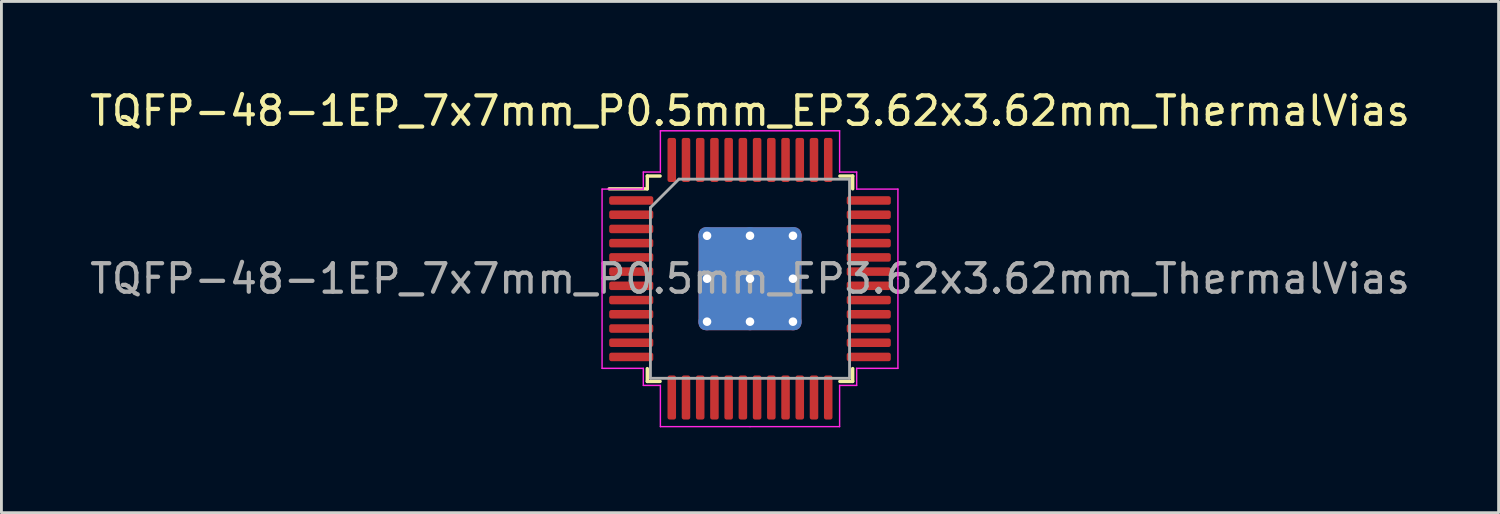
<source format=kicad_pcb>
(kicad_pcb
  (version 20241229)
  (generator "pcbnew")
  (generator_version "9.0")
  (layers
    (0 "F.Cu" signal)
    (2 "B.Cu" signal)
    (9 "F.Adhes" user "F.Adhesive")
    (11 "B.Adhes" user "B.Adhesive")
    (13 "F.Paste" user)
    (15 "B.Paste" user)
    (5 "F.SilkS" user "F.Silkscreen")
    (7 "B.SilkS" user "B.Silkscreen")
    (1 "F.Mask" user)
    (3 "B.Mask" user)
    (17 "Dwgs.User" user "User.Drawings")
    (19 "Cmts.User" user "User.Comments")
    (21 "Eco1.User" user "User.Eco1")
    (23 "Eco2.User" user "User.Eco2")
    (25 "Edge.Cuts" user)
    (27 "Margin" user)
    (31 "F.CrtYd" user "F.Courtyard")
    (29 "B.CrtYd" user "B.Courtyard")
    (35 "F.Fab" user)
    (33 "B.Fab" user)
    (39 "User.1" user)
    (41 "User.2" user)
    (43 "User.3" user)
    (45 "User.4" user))
  (footprint "TQFP-48-1EP_7x7mm_P0.5mm_EP3.62x3.62mm_ThermalVias"
    (layer "F.Cu")
    (at 23.315 6.748)
    (property "Reference" "TQFP-48-1EP_7x7mm_P0.5mm_EP3.62x3.62mm_ThermalVias" (at 0 -5.9 0) (layer "F.SilkS") (effects (font (size 1 1) (thickness 0.15))))
    (attr smd)
    (fp_line (start -3.61 -3.61) (end -3.61 -3.16) (stroke (width 0.12) (type solid)) (layer "F.SilkS"))
    (fp_line (start -3.61 -3.16) (end -4.95 -3.16) (stroke (width 0.12) (type solid)) (layer "F.SilkS"))
    (fp_line (start -3.61 3.61) (end -3.61 3.16) (stroke (width 0.12) (type solid)) (layer "F.SilkS"))
    (fp_line (start -3.16 -3.61) (end -3.61 -3.61) (stroke (width 0.12) (type solid)) (layer "F.SilkS"))
    (fp_line (start -3.16 3.61) (end -3.61 3.61) (stroke (width 0.12) (type solid)) (layer "F.SilkS"))
    (fp_line (start 3.16 -3.61) (end 3.61 -3.61) (stroke (width 0.12) (type solid)) (layer "F.SilkS"))
    (fp_line (start 3.16 3.61) (end 3.61 3.61) (stroke (width 0.12) (type solid)) (layer "F.SilkS"))
    (fp_line (start 3.61 -3.61) (end 3.61 -3.16) (stroke (width 0.12) (type solid)) (layer "F.SilkS"))
    (fp_line (start 3.61 3.61) (end 3.61 3.16) (stroke (width 0.12) (type solid)) (layer "F.SilkS"))
    (fp_line (start -5.2 -3.15) (end -5.2 0) (stroke (width 0.05) (type solid)) (layer "F.CrtYd"))
    (fp_line (start -5.2 3.15) (end -5.2 0) (stroke (width 0.05) (type solid)) (layer "F.CrtYd"))
    (fp_line (start -3.75 -3.75) (end -3.75 -3.15) (stroke (width 0.05) (type solid)) (layer "F.CrtYd"))
    (fp_line (start -3.75 -3.15) (end -5.2 -3.15) (stroke (width 0.05) (type solid)) (layer "F.CrtYd"))
    (fp_line (start -3.75 3.15) (end -5.2 3.15) (stroke (width 0.05) (type solid)) (layer "F.CrtYd"))
    (fp_line (start -3.75 3.75) (end -3.75 3.15) (stroke (width 0.05) (type solid)) (layer "F.CrtYd"))
    (fp_line (start -3.15 -5.2) (end -3.15 -3.75) (stroke (width 0.05) (type solid)) (layer "F.CrtYd"))
    (fp_line (start -3.15 -3.75) (end -3.75 -3.75) (stroke (width 0.05) (type solid)) (layer "F.CrtYd"))
    (fp_line (start -3.15 3.75) (end -3.75 3.75) (stroke (width 0.05) (type solid)) (layer "F.CrtYd"))
    (fp_line (start -3.15 5.2) (end -3.15 3.75) (stroke (width 0.05) (type solid)) (layer "F.CrtYd"))
    (fp_line (start 0 -5.2) (end -3.15 -5.2) (stroke (width 0.05) (type solid)) (layer "F.CrtYd"))
    (fp_line (start 0 -5.2) (end 3.15 -5.2) (stroke (width 0.05) (type solid)) (layer "F.CrtYd"))
    (fp_line (start 0 5.2) (end -3.15 5.2) (stroke (width 0.05) (type solid)) (layer "F.CrtYd"))
    (fp_line (start 0 5.2) (end 3.15 5.2) (stroke (width 0.05) (type solid)) (layer "F.CrtYd"))
    (fp_line (start 3.15 -5.2) (end 3.15 -3.75) (stroke (width 0.05) (type solid)) (layer "F.CrtYd"))
    (fp_line (start 3.15 -3.75) (end 3.75 -3.75) (stroke (width 0.05) (type solid)) (layer "F.CrtYd"))
    (fp_line (start 3.15 3.75) (end 3.75 3.75) (stroke (width 0.05) (type solid)) (layer "F.CrtYd"))
    (fp_line (start 3.15 5.2) (end 3.15 3.75) (stroke (width 0.05) (type solid)) (layer "F.CrtYd"))
    (fp_line (start 3.75 -3.75) (end 3.75 -3.15) (stroke (width 0.05) (type solid)) (layer "F.CrtYd"))
    (fp_line (start 3.75 -3.15) (end 5.2 -3.15) (stroke (width 0.05) (type solid)) (layer "F.CrtYd"))
    (fp_line (start 3.75 3.15) (end 5.2 3.15) (stroke (width 0.05) (type solid)) (layer "F.CrtYd"))
    (fp_line (start 3.75 3.75) (end 3.75 3.15) (stroke (width 0.05) (type solid)) (layer "F.CrtYd"))
    (fp_line (start 5.2 -3.15) (end 5.2 0) (stroke (width 0.05) (type solid)) (layer "F.CrtYd"))
    (fp_line (start 5.2 3.15) (end 5.2 0) (stroke (width 0.05) (type solid)) (layer "F.CrtYd"))
    (fp_line (start -3.5 -2.5) (end -2.5 -3.5) (stroke (width 0.1) (type solid)) (layer "F.Fab"))
    (fp_line (start -3.5 3.5) (end -3.5 -2.5) (stroke (width 0.1) (type solid)) (layer "F.Fab"))
    (fp_line (start -2.5 -3.5) (end 3.5 -3.5) (stroke (width 0.1) (type solid)) (layer "F.Fab"))
    (fp_line (start 3.5 -3.5) (end 3.5 3.5) (stroke (width 0.1) (type solid)) (layer "F.Fab"))
    (fp_line (start 3.5 3.5) (end -3.5 3.5) (stroke (width 0.1) (type solid)) (layer "F.Fab"))
    (fp_text user "${REFERENCE}" (at 0 0 0) (layer "F.Fab") (effects (font (size 1 1) (thickness 0.15))))
    (pad "" smd custom (at -0.755 -0.755) (size 1.245 1.245) (layers "F.Paste") (options (anchor circle)) (primitives (gr_poly (pts (xy -0.516 -0.338) (xy -0.338 -0.516) (xy 0.338 -0.516) (xy 0.516 -0.338) (xy 0.516 0.338) (xy 0.338 0.516) (xy -0.338 0.516) (xy -0.516 0.338)) (width 0.428) (fill yes))))
    (pad "" smd custom (at -0.755 0.755) (size 1.245 1.245) (layers "F.Paste") (options (anchor circle)) (primitives (gr_poly (pts (xy -0.516 -0.338) (xy -0.338 -0.516) (xy 0.338 -0.516) (xy 0.516 -0.338) (xy 0.516 0.338) (xy 0.338 0.516) (xy -0.338 0.516) (xy -0.516 0.338)) (width 0.428) (fill yes))))
    (pad "" smd custom (at 0.755 -0.755) (size 1.245 1.245) (layers "F.Paste") (options (anchor circle)) (primitives (gr_poly (pts (xy -0.516 -0.338) (xy -0.338 -0.516) (xy 0.338 -0.516) (xy 0.516 -0.338) (xy 0.516 0.338) (xy 0.338 0.516) (xy -0.338 0.516) (xy -0.516 0.338)) (width 0.428) (fill yes))))
    (pad "" smd custom (at 0.755 0.755) (size 1.245 1.245) (layers "F.Paste") (options (anchor circle)) (primitives (gr_poly (pts (xy -0.516 -0.338) (xy -0.338 -0.516) (xy 0.338 -0.516) (xy 0.516 -0.338) (xy 0.516 0.338) (xy 0.338 0.516) (xy -0.338 0.516) (xy -0.516 0.338)) (width 0.428) (fill yes))))
    (pad "1" smd roundrect (at -4.175 -2.75) (size 1.55 0.3) (layers "F.Cu" "F.Mask" "F.Paste") (roundrect_rratio 0.25))
    (pad "2" smd roundrect (at -4.175 -2.25) (size 1.55 0.3) (layers "F.Cu" "F.Mask" "F.Paste") (roundrect_rratio 0.25))
    (pad "3" smd roundrect (at -4.175 -1.75) (size 1.55 0.3) (layers "F.Cu" "F.Mask" "F.Paste") (roundrect_rratio 0.25))
    (pad "4" smd roundrect (at -4.175 -1.25) (size 1.55 0.3) (layers "F.Cu" "F.Mask" "F.Paste") (roundrect_rratio 0.25))
    (pad "5" smd roundrect (at -4.175 -0.75) (size 1.55 0.3) (layers "F.Cu" "F.Mask" "F.Paste") (roundrect_rratio 0.25))
    (pad "6" smd roundrect (at -4.175 -0.25) (size 1.55 0.3) (layers "F.Cu" "F.Mask" "F.Paste") (roundrect_rratio 0.25))
    (pad "7" smd roundrect (at -4.175 0.25) (size 1.55 0.3) (layers "F.Cu" "F.Mask" "F.Paste") (roundrect_rratio 0.25))
    (pad "8" smd roundrect (at -4.175 0.75) (size 1.55 0.3) (layers "F.Cu" "F.Mask" "F.Paste") (roundrect_rratio 0.25))
    (pad "9" smd roundrect (at -4.175 1.25) (size 1.55 0.3) (layers "F.Cu" "F.Mask" "F.Paste") (roundrect_rratio 0.25))
    (pad "10" smd roundrect (at -4.175 1.75) (size 1.55 0.3) (layers "F.Cu" "F.Mask" "F.Paste") (roundrect_rratio 0.25))
    (pad "11" smd roundrect (at -4.175 2.25) (size 1.55 0.3) (layers "F.Cu" "F.Mask" "F.Paste") (roundrect_rratio 0.25))
    (pad "12" smd roundrect (at -4.175 2.75) (size 1.55 0.3) (layers "F.Cu" "F.Mask" "F.Paste") (roundrect_rratio 0.25))
    (pad "13" smd roundrect (at -2.75 4.175) (size 0.3 1.55) (layers "F.Cu" "F.Mask" "F.Paste") (roundrect_rratio 0.25))
    (pad "14" smd roundrect (at -2.25 4.175) (size 0.3 1.55) (layers "F.Cu" "F.Mask" "F.Paste") (roundrect_rratio 0.25))
    (pad "15" smd roundrect (at -1.75 4.175) (size 0.3 1.55) (layers "F.Cu" "F.Mask" "F.Paste") (roundrect_rratio 0.25))
    (pad "16" smd roundrect (at -1.25 4.175) (size 0.3 1.55) (layers "F.Cu" "F.Mask" "F.Paste") (roundrect_rratio 0.25))
    (pad "17" smd roundrect (at -0.75 4.175) (size 0.3 1.55) (layers "F.Cu" "F.Mask" "F.Paste") (roundrect_rratio 0.25))
    (pad "18" smd roundrect (at -0.25 4.175) (size 0.3 1.55) (layers "F.Cu" "F.Mask" "F.Paste") (roundrect_rratio 0.25))
    (pad "19" smd roundrect (at 0.25 4.175) (size 0.3 1.55) (layers "F.Cu" "F.Mask" "F.Paste") (roundrect_rratio 0.25))
    (pad "20" smd roundrect (at 0.75 4.175) (size 0.3 1.55) (layers "F.Cu" "F.Mask" "F.Paste") (roundrect_rratio 0.25))
    (pad "21" smd roundrect (at 1.25 4.175) (size 0.3 1.55) (layers "F.Cu" "F.Mask" "F.Paste") (roundrect_rratio 0.25))
    (pad "22" smd roundrect (at 1.75 4.175) (size 0.3 1.55) (layers "F.Cu" "F.Mask" "F.Paste") (roundrect_rratio 0.25))
    (pad "23" smd roundrect (at 2.25 4.175) (size 0.3 1.55) (layers "F.Cu" "F.Mask" "F.Paste") (roundrect_rratio 0.25))
    (pad "24" smd roundrect (at 2.75 4.175) (size 0.3 1.55) (layers "F.Cu" "F.Mask" "F.Paste") (roundrect_rratio 0.25))
    (pad "25" smd roundrect (at 4.175 2.75) (size 1.55 0.3) (layers "F.Cu" "F.Mask" "F.Paste") (roundrect_rratio 0.25))
    (pad "26" smd roundrect (at 4.175 2.25) (size 1.55 0.3) (layers "F.Cu" "F.Mask" "F.Paste") (roundrect_rratio 0.25))
    (pad "27" smd roundrect (at 4.175 1.75) (size 1.55 0.3) (layers "F.Cu" "F.Mask" "F.Paste") (roundrect_rratio 0.25))
    (pad "28" smd roundrect (at 4.175 1.25) (size 1.55 0.3) (layers "F.Cu" "F.Mask" "F.Paste") (roundrect_rratio 0.25))
    (pad "29" smd roundrect (at 4.175 0.75) (size 1.55 0.3) (layers "F.Cu" "F.Mask" "F.Paste") (roundrect_rratio 0.25))
    (pad "30" smd roundrect (at 4.175 0.25) (size 1.55 0.3) (layers "F.Cu" "F.Mask" "F.Paste") (roundrect_rratio 0.25))
    (pad "31" smd roundrect (at 4.175 -0.25) (size 1.55 0.3) (layers "F.Cu" "F.Mask" "F.Paste") (roundrect_rratio 0.25))
    (pad "32" smd roundrect (at 4.175 -0.75) (size 1.55 0.3) (layers "F.Cu" "F.Mask" "F.Paste") (roundrect_rratio 0.25))
    (pad "33" smd roundrect (at 4.175 -1.25) (size 1.55 0.3) (layers "F.Cu" "F.Mask" "F.Paste") (roundrect_rratio 0.25))
    (pad "34" smd roundrect (at 4.175 -1.75) (size 1.55 0.3) (layers "F.Cu" "F.Mask" "F.Paste") (roundrect_rratio 0.25))
    (pad "35" smd roundrect (at 4.175 -2.25) (size 1.55 0.3) (layers "F.Cu" "F.Mask" "F.Paste") (roundrect_rratio 0.25))
    (pad "36" smd roundrect (at 4.175 -2.75) (size 1.55 0.3) (layers "F.Cu" "F.Mask" "F.Paste") (roundrect_rratio 0.25))
    (pad "37" smd roundrect (at 2.75 -4.175) (size 0.3 1.55) (layers "F.Cu" "F.Mask" "F.Paste") (roundrect_rratio 0.25))
    (pad "38" smd roundrect (at 2.25 -4.175) (size 0.3 1.55) (layers "F.Cu" "F.Mask" "F.Paste") (roundrect_rratio 0.25))
    (pad "39" smd roundrect (at 1.75 -4.175) (size 0.3 1.55) (layers "F.Cu" "F.Mask" "F.Paste") (roundrect_rratio 0.25))
    (pad "40" smd roundrect (at 1.25 -4.175) (size 0.3 1.55) (layers "F.Cu" "F.Mask" "F.Paste") (roundrect_rratio 0.25))
    (pad "41" smd roundrect (at 0.75 -4.175) (size 0.3 1.55) (layers "F.Cu" "F.Mask" "F.Paste") (roundrect_rratio 0.25))
    (pad "42" smd roundrect (at 0.25 -4.175) (size 0.3 1.55) (layers "F.Cu" "F.Mask" "F.Paste") (roundrect_rratio 0.25))
    (pad "43" smd roundrect (at -0.25 -4.175) (size 0.3 1.55) (layers "F.Cu" "F.Mask" "F.Paste") (roundrect_rratio 0.25))
    (pad "44" smd roundrect (at -0.75 -4.175) (size 0.3 1.55) (layers "F.Cu" "F.Mask" "F.Paste") (roundrect_rratio 0.25))
    (pad "45" smd roundrect (at -1.25 -4.175) (size 0.3 1.55) (layers "F.Cu" "F.Mask" "F.Paste") (roundrect_rratio 0.25))
    (pad "46" smd roundrect (at -1.75 -4.175) (size 0.3 1.55) (layers "F.Cu" "F.Mask" "F.Paste") (roundrect_rratio 0.25))
    (pad "47" smd roundrect (at -2.25 -4.175) (size 0.3 1.55) (layers "F.Cu" "F.Mask" "F.Paste") (roundrect_rratio 0.25))
    (pad "48" smd roundrect (at -2.75 -4.175) (size 0.3 1.55) (layers "F.Cu" "F.Mask" "F.Paste") (roundrect_rratio 0.25))
    (pad "49" thru_hole circle (at -1.51 -1.51) (size 0.6 0.6) (drill 0.3) (layers "*.Cu"))
    (pad "49" thru_hole circle (at -1.51 0) (size 0.6 0.6) (drill 0.3) (layers "*.Cu"))
    (pad "49" thru_hole circle (at -1.51 1.51) (size 0.6 0.6) (drill 0.3) (layers "*.Cu"))
    (pad "49" thru_hole circle (at 0 -1.51) (size 0.6 0.6) (drill 0.3) (layers "*.Cu"))
    (pad "49" thru_hole circle (at 0 0) (size 0.6 0.6) (drill 0.3) (layers "*.Cu"))
    (pad "49" smd roundrect (at 0 0) (size 3.62 3.62) (layers "F.Cu" "F.Mask") (roundrect_rratio 0.069))
    (pad "49" smd roundrect (at 0 0) (size 3.62 3.62) (layers "B.Cu") (roundrect_rratio 0.069))
    (pad "49" thru_hole circle (at 0 1.51) (size 0.6 0.6) (drill 0.3) (layers "*.Cu"))
    (pad "49" thru_hole circle (at 1.51 -1.51) (size 0.6 0.6) (drill 0.3) (layers "*.Cu"))
    (pad "49" thru_hole circle (at 1.51 0) (size 0.6 0.6) (drill 0.3) (layers "*.Cu"))
    (pad "49" thru_hole circle (at 1.51 1.51) (size 0.6 0.6) (drill 0.3) (layers "*.Cu")))
  (gr_rect
    (start -3 -3)
    (end 49.631 14.973)
    (stroke (width 0.1) (type default))
    (fill no)
    (layer "Edge.Cuts")))
</source>
